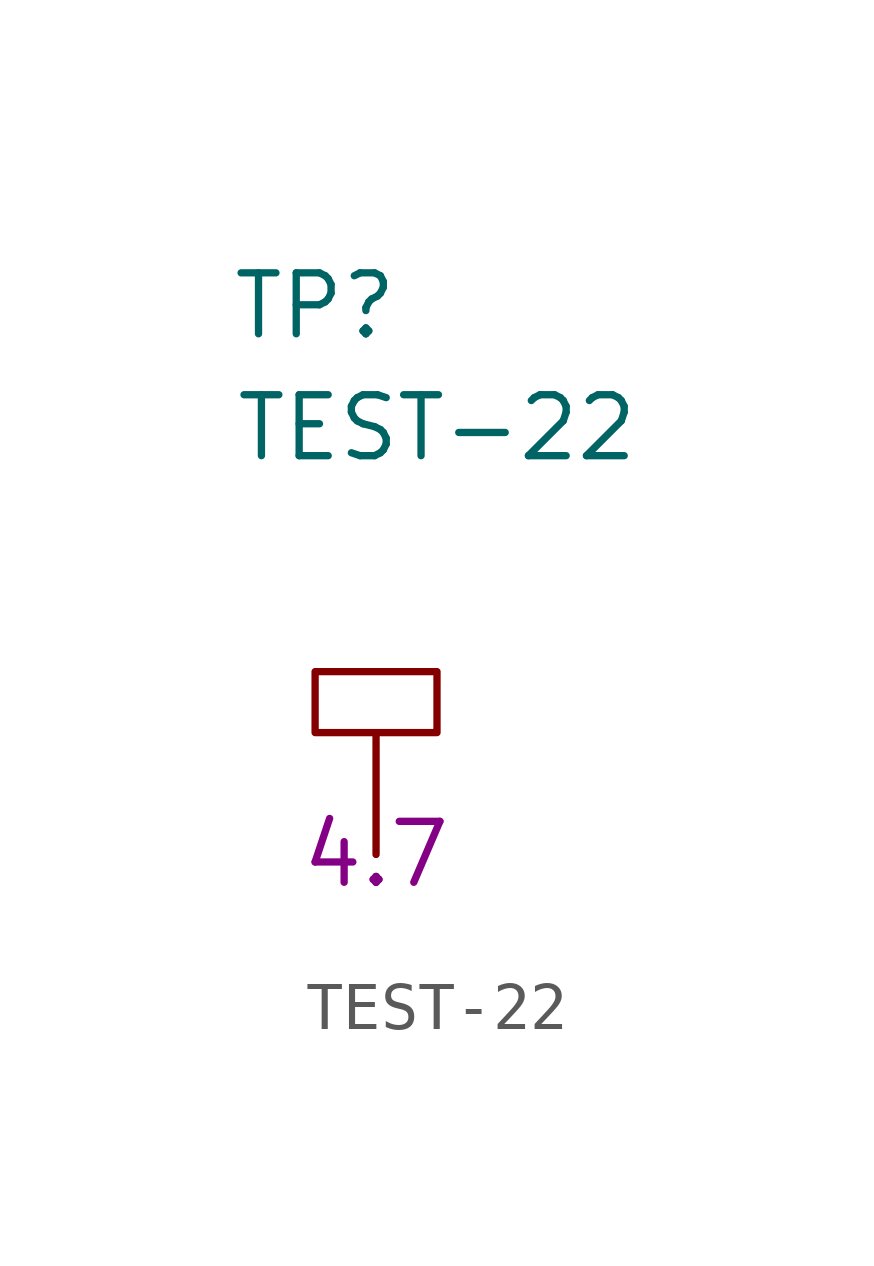
<source format=kicad_sym>
(kicad_symbol_lib
  (version 20211014)
  (generator kicad_symbol_editor)
  (symbol "TEST-22"
    (pin_numbers hide)
    (pin_names
      (offset 1.27) hide)
    (property "Reference" "TP"
      (at -1.27 11.43 0)
      (effects (font (size 1.27 1.27))))
    (property "Value" "TEST-22"
      (at 1.27 8.89 0)
      (effects (font (size 1.27 1.27))))
    (property "Height" "4.7"
      (at 0 0 0)
      (effects (font (size 1.27 1.27))))
    (symbol "TEST-22_0_1"
      (polyline (pts (xy 0 2.54) (xy 1.27 2.54) (xy 1.27 3.81) (xy -1.27 3.81) (xy -1.27 2.54) (xy 0 2.54)) (stroke (width 0) (type default) (color 0 0 0 0)) (fill (type none))))
    (symbol "TEST-22_1_1"
      (pin passive line (at 0 0 90) (length 2.54) (name "TP" (effects (font (size 1.27 1.27)))) (number "1" (effects (font (size 1.27 1.27))))))))
</source>
